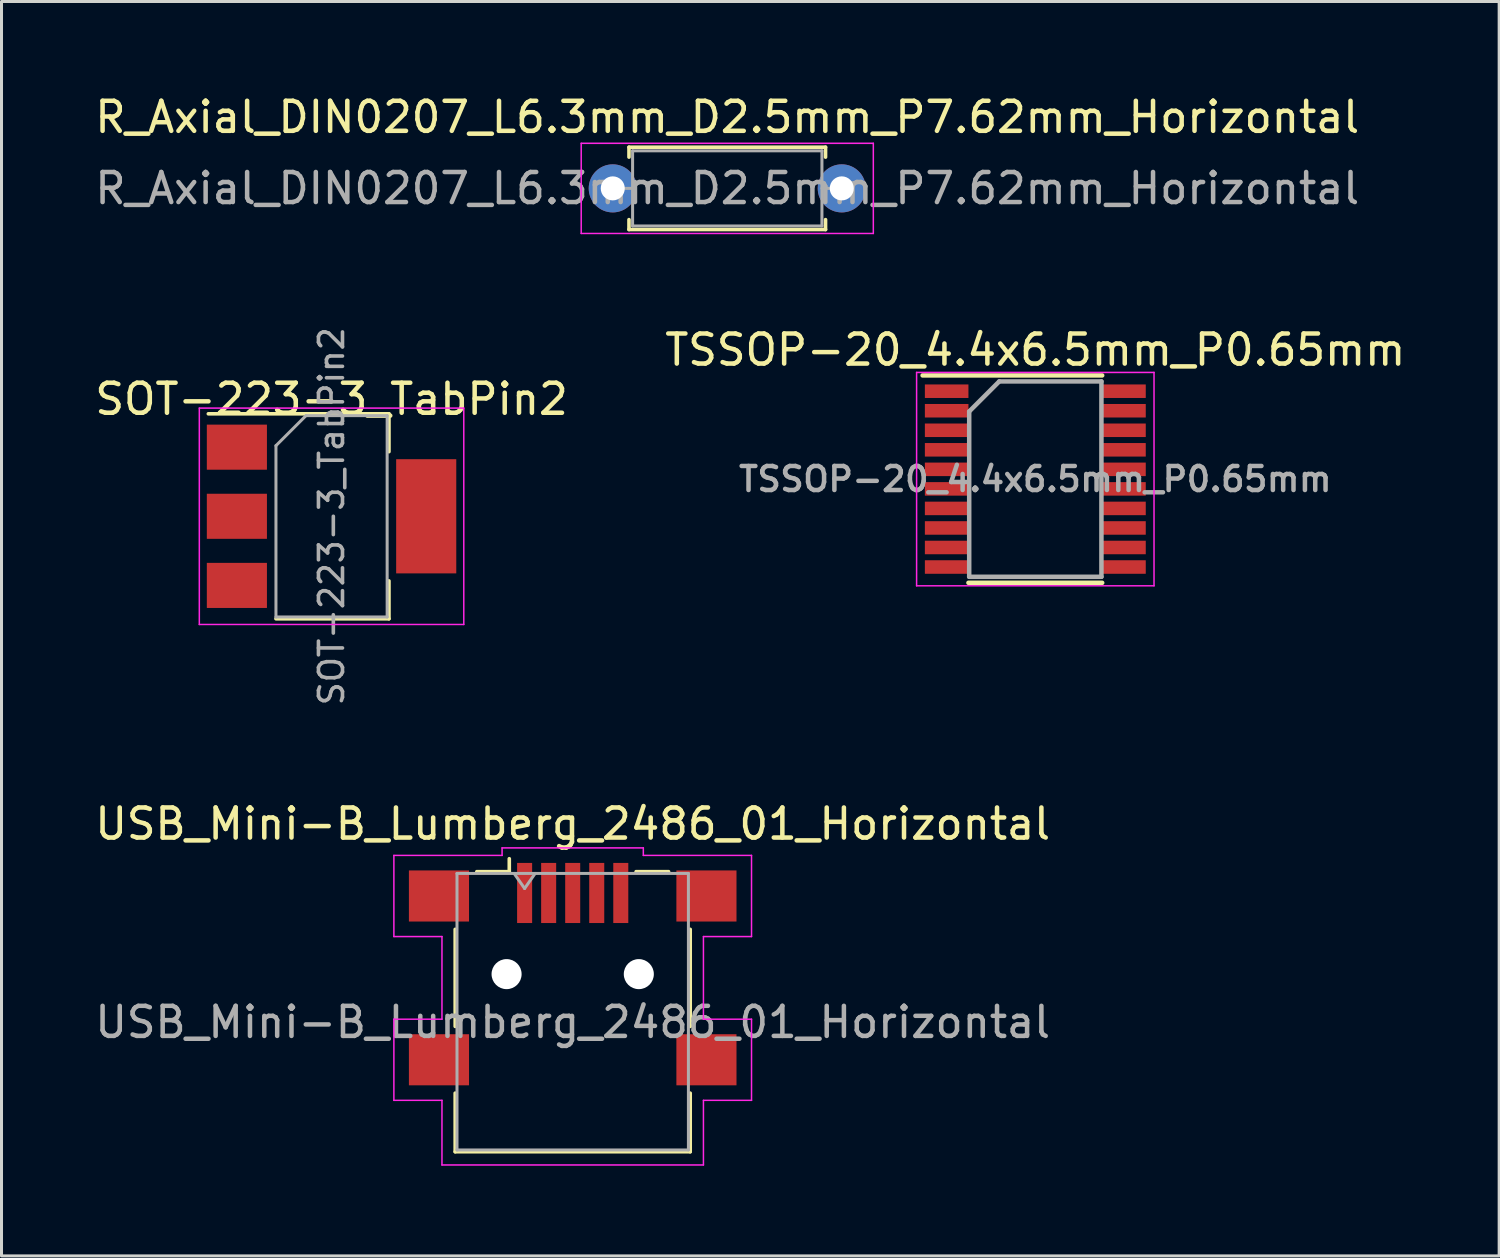
<source format=kicad_pcb>
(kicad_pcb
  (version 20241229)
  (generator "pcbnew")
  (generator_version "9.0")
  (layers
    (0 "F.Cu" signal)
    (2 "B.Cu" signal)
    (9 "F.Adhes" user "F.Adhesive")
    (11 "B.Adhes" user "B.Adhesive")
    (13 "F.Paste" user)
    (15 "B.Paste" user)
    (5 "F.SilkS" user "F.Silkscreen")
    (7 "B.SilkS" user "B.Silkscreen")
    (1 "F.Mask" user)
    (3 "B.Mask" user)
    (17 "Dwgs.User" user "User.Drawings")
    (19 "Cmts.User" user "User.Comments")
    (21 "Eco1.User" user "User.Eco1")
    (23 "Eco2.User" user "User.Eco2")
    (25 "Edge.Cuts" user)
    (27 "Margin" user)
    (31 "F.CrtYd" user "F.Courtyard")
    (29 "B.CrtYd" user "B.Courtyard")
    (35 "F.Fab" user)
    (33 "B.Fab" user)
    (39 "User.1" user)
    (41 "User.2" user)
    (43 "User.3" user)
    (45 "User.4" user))
  (footprint "SOT-223-3_TabPin2"
    (layer "F.Cu")
    (at 7.982 14.129)
    (property "Reference" "SOT-223-3_TabPin2" (at 0 -3.9 0) (layer "F.SilkS") (effects (font (size 1 1) (thickness 0.15))))
    (attr smd)
    (fp_line (start -4.1 -3.41) (end 1.91 -3.41) (stroke (width 0.12) (type solid)) (layer "F.SilkS"))
    (fp_line (start -1.85 3.41) (end 1.91 3.41) (stroke (width 0.12) (type solid)) (layer "F.SilkS"))
    (fp_line (start 1.91 -3.41) (end 1.91 -2.15) (stroke (width 0.12) (type solid)) (layer "F.SilkS"))
    (fp_line (start 1.91 3.41) (end 1.91 2.15) (stroke (width 0.12) (type solid)) (layer "F.SilkS"))
    (fp_line (start -4.4 -3.6) (end -4.4 3.6) (stroke (width 0.05) (type solid)) (layer "F.CrtYd"))
    (fp_line (start -4.4 3.6) (end 4.4 3.6) (stroke (width 0.05) (type solid)) (layer "F.CrtYd"))
    (fp_line (start 4.4 -3.6) (end -4.4 -3.6) (stroke (width 0.05) (type solid)) (layer "F.CrtYd"))
    (fp_line (start 4.4 3.6) (end 4.4 -3.6) (stroke (width 0.05) (type solid)) (layer "F.CrtYd"))
    (fp_line (start -1.85 -2.35) (end -1.85 3.35) (stroke (width 0.1) (type solid)) (layer "F.Fab"))
    (fp_line (start -1.85 -2.35) (end -0.85 -3.35) (stroke (width 0.1) (type solid)) (layer "F.Fab"))
    (fp_line (start -1.85 3.35) (end 1.85 3.35) (stroke (width 0.1) (type solid)) (layer "F.Fab"))
    (fp_line (start -0.85 -3.35) (end 1.85 -3.35) (stroke (width 0.1) (type solid)) (layer "F.Fab"))
    (fp_line (start 1.85 -3.35) (end 1.85 3.35) (stroke (width 0.1) (type solid)) (layer "F.Fab"))
    (fp_text user "${REFERENCE}" (at 0 0 90) (layer "F.Fab") (effects (font (size 0.8 0.8) (thickness 0.12))))
    (pad "1" smd rect (at -3.15 -2.3) (size 2 1.5) (layers "F.Cu" "F.Mask" "F.Paste"))
    (pad "2" smd rect (at -3.15 0) (size 2 1.5) (layers "F.Cu" "F.Mask" "F.Paste"))
    (pad "2" smd rect (at 3.15 0) (size 2 3.8) (layers "F.Cu" "F.Mask" "F.Paste"))
    (pad "3" smd rect (at -3.15 2.3) (size 2 1.5) (layers "F.Cu" "F.Mask" "F.Paste")))
  (footprint "TSSOP-20_4.4x6.5mm_P0.65mm"
    (layer "F.Cu")
    (at 31.399 12.892)
    (property "Reference" "TSSOP-20_4.4x6.5mm_P0.65mm" (at 0 -4.3 0) (layer "F.SilkS") (effects (font (size 1 1) (thickness 0.15))))
    (attr smd)
    (fp_line (start -3.75 -3.45) (end 2.225 -3.45) (stroke (width 0.15) (type solid)) (layer "F.SilkS"))
    (fp_line (start -2.225 3.45) (end 2.225 3.45) (stroke (width 0.15) (type solid)) (layer "F.SilkS"))
    (fp_line (start -3.95 -3.55) (end -3.95 3.55) (stroke (width 0.05) (type solid)) (layer "F.CrtYd"))
    (fp_line (start -3.95 -3.55) (end 3.95 -3.55) (stroke (width 0.05) (type solid)) (layer "F.CrtYd"))
    (fp_line (start -3.95 3.55) (end 3.95 3.55) (stroke (width 0.05) (type solid)) (layer "F.CrtYd"))
    (fp_line (start 3.95 -3.55) (end 3.95 3.55) (stroke (width 0.05) (type solid)) (layer "F.CrtYd"))
    (fp_line (start -2.2 -2.25) (end -1.2 -3.25) (stroke (width 0.15) (type solid)) (layer "F.Fab"))
    (fp_line (start -2.2 3.25) (end -2.2 -2.25) (stroke (width 0.15) (type solid)) (layer "F.Fab"))
    (fp_line (start -1.2 -3.25) (end 2.2 -3.25) (stroke (width 0.15) (type solid)) (layer "F.Fab"))
    (fp_line (start 2.2 -3.25) (end 2.2 3.25) (stroke (width 0.15) (type solid)) (layer "F.Fab"))
    (fp_line (start 2.2 3.25) (end -2.2 3.25) (stroke (width 0.15) (type solid)) (layer "F.Fab"))
    (fp_text user "${REFERENCE}" (at 0 0 0) (layer "F.Fab") (effects (font (size 0.8 0.8) (thickness 0.15))))
    (pad "1" smd rect (at -2.95 -2.925) (size 1.45 0.45) (layers "F.Cu" "F.Mask" "F.Paste"))
    (pad "2" smd rect (at -2.95 -2.275) (size 1.45 0.45) (layers "F.Cu" "F.Mask" "F.Paste"))
    (pad "3" smd rect (at -2.95 -1.625) (size 1.45 0.45) (layers "F.Cu" "F.Mask" "F.Paste"))
    (pad "4" smd rect (at -2.95 -0.975) (size 1.45 0.45) (layers "F.Cu" "F.Mask" "F.Paste"))
    (pad "5" smd rect (at -2.95 -0.325) (size 1.45 0.45) (layers "F.Cu" "F.Mask" "F.Paste"))
    (pad "6" smd rect (at -2.95 0.325) (size 1.45 0.45) (layers "F.Cu" "F.Mask" "F.Paste"))
    (pad "7" smd rect (at -2.95 0.975) (size 1.45 0.45) (layers "F.Cu" "F.Mask" "F.Paste"))
    (pad "8" smd rect (at -2.95 1.625) (size 1.45 0.45) (layers "F.Cu" "F.Mask" "F.Paste"))
    (pad "9" smd rect (at -2.95 2.275) (size 1.45 0.45) (layers "F.Cu" "F.Mask" "F.Paste"))
    (pad "10" smd rect (at -2.95 2.925) (size 1.45 0.45) (layers "F.Cu" "F.Mask" "F.Paste"))
    (pad "11" smd rect (at 2.95 2.925) (size 1.45 0.45) (layers "F.Cu" "F.Mask" "F.Paste"))
    (pad "12" smd rect (at 2.95 2.275) (size 1.45 0.45) (layers "F.Cu" "F.Mask" "F.Paste"))
    (pad "13" smd rect (at 2.95 1.625) (size 1.45 0.45) (layers "F.Cu" "F.Mask" "F.Paste"))
    (pad "14" smd rect (at 2.95 0.975) (size 1.45 0.45) (layers "F.Cu" "F.Mask" "F.Paste"))
    (pad "15" smd rect (at 2.95 0.325) (size 1.45 0.45) (layers "F.Cu" "F.Mask" "F.Paste"))
    (pad "16" smd rect (at 2.95 -0.325) (size 1.45 0.45) (layers "F.Cu" "F.Mask" "F.Paste"))
    (pad "17" smd rect (at 2.95 -0.975) (size 1.45 0.45) (layers "F.Cu" "F.Mask" "F.Paste"))
    (pad "18" smd rect (at 2.95 -1.625) (size 1.45 0.45) (layers "F.Cu" "F.Mask" "F.Paste"))
    (pad "19" smd rect (at 2.95 -2.275) (size 1.45 0.45) (layers "F.Cu" "F.Mask" "F.Paste"))
    (pad "20" smd rect (at 2.95 -2.925) (size 1.45 0.45) (layers "F.Cu" "F.Mask" "F.Paste")))
  (footprint "USB_Mini-B_Lumberg_2486_01_Horizontal"
    (layer "F.Cu")
    (at 16.006 29.363)
    (property "Reference" "USB_Mini-B_Lumberg_2486_01_Horizontal" (at 0 -5 0) (layer "F.SilkS") (effects (font (size 1 1) (thickness 0.15))))
    (attr smd)
    (fp_line (start -3.91 1.74) (end -3.91 -1.49) (stroke (width 0.12) (type solid)) (layer "F.SilkS"))
    (fp_line (start -3.91 5.91) (end -3.91 3.96) (stroke (width 0.12) (type solid)) (layer "F.SilkS"))
    (fp_line (start -3.19 -3.41) (end -2.11 -3.41) (stroke (width 0.12) (type solid)) (layer "F.SilkS"))
    (fp_line (start -2.11 -3.41) (end -2.11 -3.84) (stroke (width 0.12) (type solid)) (layer "F.SilkS"))
    (fp_line (start 2.11 -3.41) (end 3.19 -3.41) (stroke (width 0.12) (type solid)) (layer "F.SilkS"))
    (fp_line (start 3.91 1.74) (end 3.91 -1.49) (stroke (width 0.12) (type solid)) (layer "F.SilkS"))
    (fp_line (start 3.91 5.91) (end -3.91 5.91) (stroke (width 0.12) (type solid)) (layer "F.SilkS"))
    (fp_line (start 3.91 5.91) (end 3.91 3.96) (stroke (width 0.12) (type solid)) (layer "F.SilkS"))
    (fp_line (start -5.95 -3.95) (end -5.95 -1.25) (stroke (width 0.05) (type solid)) (layer "F.CrtYd"))
    (fp_line (start -5.95 -3.95) (end -2.35 -3.95) (stroke (width 0.05) (type solid)) (layer "F.CrtYd"))
    (fp_line (start -5.95 1.5) (end -5.95 4.2) (stroke (width 0.05) (type solid)) (layer "F.CrtYd"))
    (fp_line (start -4.35 -1.25) (end -5.95 -1.25) (stroke (width 0.05) (type solid)) (layer "F.CrtYd"))
    (fp_line (start -4.35 -1.25) (end -4.35 1.5) (stroke (width 0.05) (type solid)) (layer "F.CrtYd"))
    (fp_line (start -4.35 1.5) (end -5.95 1.5) (stroke (width 0.05) (type solid)) (layer "F.CrtYd"))
    (fp_line (start -4.35 4.2) (end -5.95 4.2) (stroke (width 0.05) (type solid)) (layer "F.CrtYd"))
    (fp_line (start -4.35 6.35) (end -4.35 4.2) (stroke (width 0.05) (type solid)) (layer "F.CrtYd"))
    (fp_line (start -4.35 6.35) (end 4.35 6.35) (stroke (width 0.05) (type solid)) (layer "F.CrtYd"))
    (fp_line (start -2.35 -3.95) (end -2.35 -4.2) (stroke (width 0.05) (type solid)) (layer "F.CrtYd"))
    (fp_line (start 2.35 -4.2) (end -2.35 -4.2) (stroke (width 0.05) (type solid)) (layer "F.CrtYd"))
    (fp_line (start 2.35 -3.95) (end 2.35 -4.2) (stroke (width 0.05) (type solid)) (layer "F.CrtYd"))
    (fp_line (start 4.35 -1.25) (end 4.35 1.5) (stroke (width 0.05) (type solid)) (layer "F.CrtYd"))
    (fp_line (start 4.35 -1.25) (end 5.95 -1.25) (stroke (width 0.05) (type solid)) (layer "F.CrtYd"))
    (fp_line (start 4.35 1.5) (end 5.95 1.5) (stroke (width 0.05) (type solid)) (layer "F.CrtYd"))
    (fp_line (start 4.35 4.2) (end 5.95 4.2) (stroke (width 0.05) (type solid)) (layer "F.CrtYd"))
    (fp_line (start 4.35 6.35) (end 4.35 4.2) (stroke (width 0.05) (type solid)) (layer "F.CrtYd"))
    (fp_line (start 5.95 -3.95) (end 2.35 -3.95) (stroke (width 0.05) (type solid)) (layer "F.CrtYd"))
    (fp_line (start 5.95 -3.95) (end 5.95 -1.25) (stroke (width 0.05) (type solid)) (layer "F.CrtYd"))
    (fp_line (start 5.95 1.5) (end 5.95 4.2) (stroke (width 0.05) (type solid)) (layer "F.CrtYd"))
    (fp_line (start -3.85 -3.35) (end -3.85 5.85) (stroke (width 0.1) (type solid)) (layer "F.Fab"))
    (fp_line (start -3.85 -3.35) (end 3.85 -3.35) (stroke (width 0.1) (type solid)) (layer "F.Fab"))
    (fp_line (start -3.85 5.85) (end 3.85 5.85) (stroke (width 0.1) (type solid)) (layer "F.Fab"))
    (fp_line (start -1.95 -3.35) (end -1.6 -2.85) (stroke (width 0.1) (type solid)) (layer "F.Fab"))
    (fp_line (start -1.6 -2.85) (end -1.25 -3.35) (stroke (width 0.1) (type solid)) (layer "F.Fab"))
    (fp_line (start 3.85 5.85) (end 3.85 -3.35) (stroke (width 0.1) (type solid)) (layer "F.Fab"))
    (fp_text user "${REFERENCE}" (at 0 1.6 180) (layer "F.Fab") (effects (font (size 1 1) (thickness 0.15))))
    (pad "" np_thru_hole circle (at -2.2 0) (size 1 1) (drill 1) (layers "*.Cu" "*.Mask"))
    (pad "" np_thru_hole circle (at 2.2 0) (size 1 1) (drill 1) (layers "*.Cu" "*.Mask"))
    (pad "1" smd rect (at -1.6 -2.7) (size 0.5 2) (layers "F.Cu" "F.Mask" "F.Paste"))
    (pad "2" smd rect (at -0.8 -2.7) (size 0.5 2) (layers "F.Cu" "F.Mask" "F.Paste"))
    (pad "3" smd rect (at 0 -2.7) (size 0.5 2) (layers "F.Cu" "F.Mask" "F.Paste"))
    (pad "4" smd rect (at 0.8 -2.7) (size 0.5 2) (layers "F.Cu" "F.Mask" "F.Paste"))
    (pad "5" smd rect (at 1.6 -2.7) (size 0.5 2) (layers "F.Cu" "F.Mask" "F.Paste"))
    (pad "6" smd rect (at -4.45 -2.6) (size 2 1.7) (layers "F.Cu" "F.Mask" "F.Paste"))
    (pad "6" smd rect (at -4.45 2.85) (size 2 1.7) (layers "F.Cu" "F.Mask" "F.Paste"))
    (pad "6" smd rect (at 4.45 -2.6) (size 2 1.7) (layers "F.Cu" "F.Mask" "F.Paste"))
    (pad "6" smd rect (at 4.45 2.85) (size 2 1.7) (layers "F.Cu" "F.Mask" "F.Paste")))
  (footprint "R_Axial_DIN0207_L6.3mm_D2.5mm_P7.62mm_Horizontal"
    (layer "F.Cu")
    (at 17.339 3.218)
    (property "Reference" "R_Axial_DIN0207_L6.3mm_D2.5mm_P7.62mm_Horizontal" (at 3.81 -2.37 0) (layer "F.SilkS") (effects (font (size 1 1) (thickness 0.15))))
    (attr through_hole)
    (fp_line (start 0.54 -1.37) (end 7.08 -1.37) (stroke (width 0.12) (type solid)) (layer "F.SilkS"))
    (fp_line (start 0.54 -1.04) (end 0.54 -1.37) (stroke (width 0.12) (type solid)) (layer "F.SilkS"))
    (fp_line (start 0.54 1.04) (end 0.54 1.37) (stroke (width 0.12) (type solid)) (layer "F.SilkS"))
    (fp_line (start 0.54 1.37) (end 7.08 1.37) (stroke (width 0.12) (type solid)) (layer "F.SilkS"))
    (fp_line (start 7.08 -1.37) (end 7.08 -1.04) (stroke (width 0.12) (type solid)) (layer "F.SilkS"))
    (fp_line (start 7.08 1.37) (end 7.08 1.04) (stroke (width 0.12) (type solid)) (layer "F.SilkS"))
    (fp_line (start -1.05 -1.5) (end -1.05 1.5) (stroke (width 0.05) (type solid)) (layer "F.CrtYd"))
    (fp_line (start -1.05 1.5) (end 8.67 1.5) (stroke (width 0.05) (type solid)) (layer "F.CrtYd"))
    (fp_line (start 8.67 -1.5) (end -1.05 -1.5) (stroke (width 0.05) (type solid)) (layer "F.CrtYd"))
    (fp_line (start 8.67 1.5) (end 8.67 -1.5) (stroke (width 0.05) (type solid)) (layer "F.CrtYd"))
    (fp_line (start 0 0) (end 0.66 0) (stroke (width 0.1) (type solid)) (layer "F.Fab"))
    (fp_line (start 0.66 -1.25) (end 0.66 1.25) (stroke (width 0.1) (type solid)) (layer "F.Fab"))
    (fp_line (start 0.66 1.25) (end 6.96 1.25) (stroke (width 0.1) (type solid)) (layer "F.Fab"))
    (fp_line (start 6.96 -1.25) (end 0.66 -1.25) (stroke (width 0.1) (type solid)) (layer "F.Fab"))
    (fp_line (start 6.96 1.25) (end 6.96 -1.25) (stroke (width 0.1) (type solid)) (layer "F.Fab"))
    (fp_line (start 7.62 0) (end 6.96 0) (stroke (width 0.1) (type solid)) (layer "F.Fab"))
    (fp_text user "${REFERENCE}" (at 3.81 0 0) (layer "F.Fab") (effects (font (size 1 1) (thickness 0.15))))
    (pad "1" thru_hole circle (at 0 0) (size 1.6 1.6) (drill 0.8) (layers "*.Cu" "*.Mask"))
    (pad "2" thru_hole oval (at 7.62 0) (size 1.6 1.6) (drill 0.8) (layers "*.Cu" "*.Mask")))
  (gr_rect
    (start -3 -3)
    (end 46.833 38.738)
    (stroke (width 0.1) (type default))
    (fill no)
    (layer "Edge.Cuts")))
</source>
